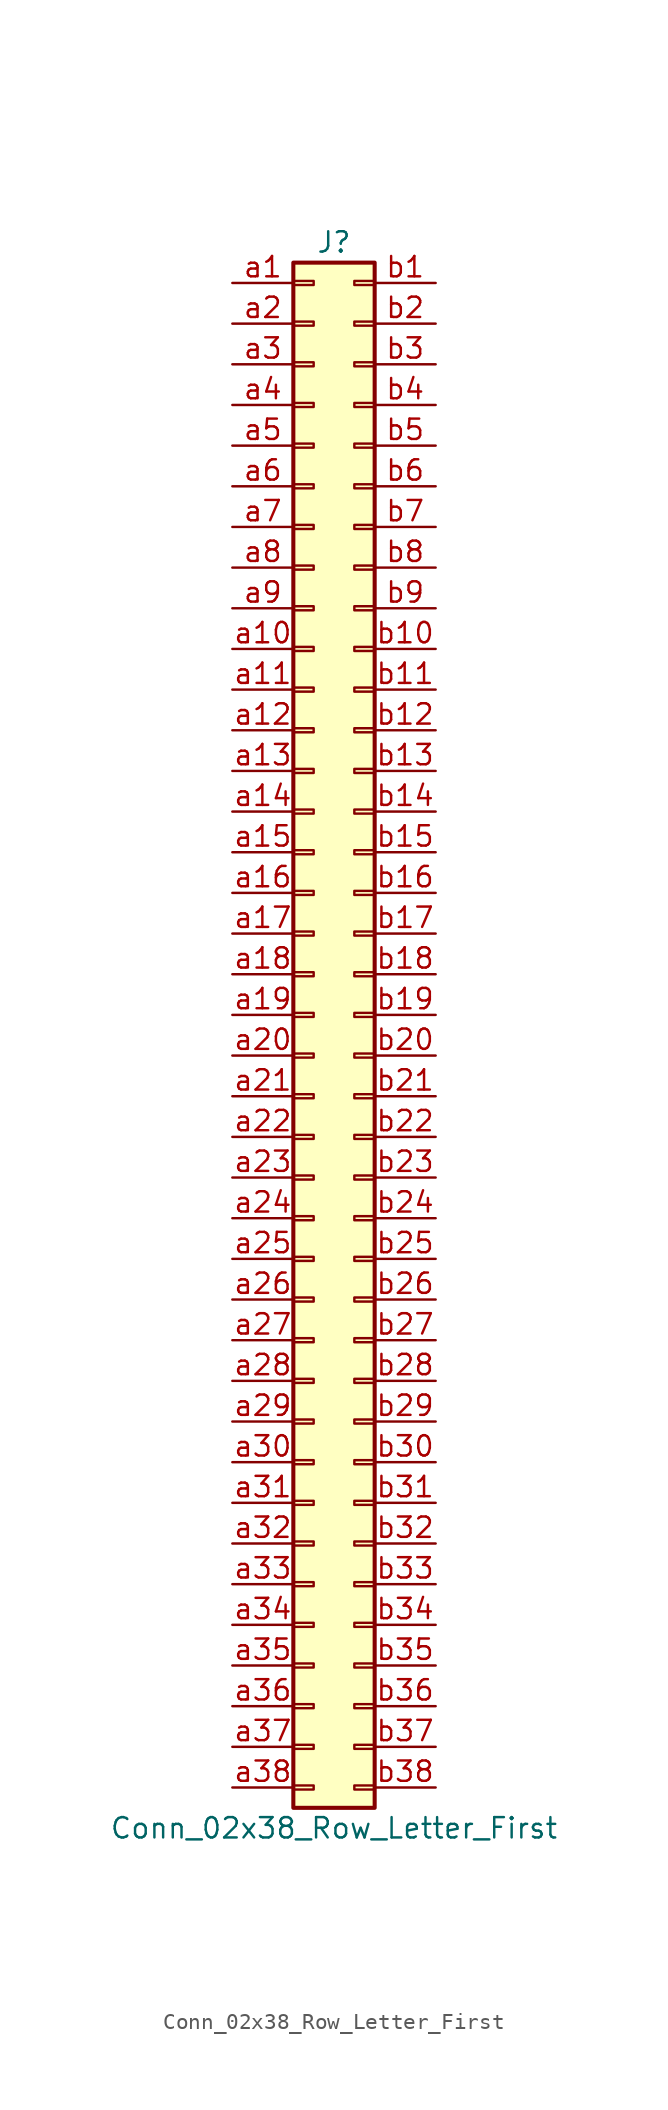
<source format=kicad_sym>
(kicad_symbol_lib
  (version 20201005)
  (generator kicad_symbol_editor)
  (symbol "Conn_02x38_Row_Letter_First"
    (pin_names
      (offset 1.016) hide)
    (property "Reference" "J"
      (at 1.27 48.26 0)
      (effects (font (size 1.27 1.27))))
    (property "Value" "Conn_02x38_Row_Letter_First"
      (at 1.27 -50.8 0)
      (effects (font (size 1.27 1.27))))
    (symbol "Conn_02x38_Row_Letter_First_1_1"
      (rectangle (start -1.27 -48.133) (end 0 -48.387) (stroke (width 0.152)) (fill (type none)))
      (rectangle (start -1.27 -45.593) (end 0 -45.847) (stroke (width 0.152)) (fill (type none)))
      (rectangle (start -1.27 -43.053) (end 0 -43.307) (stroke (width 0.152)) (fill (type none)))
      (rectangle (start -1.27 -40.513) (end 0 -40.767) (stroke (width 0.152)) (fill (type none)))
      (rectangle (start -1.27 -37.973) (end 0 -38.227) (stroke (width 0.152)) (fill (type none)))
      (rectangle (start -1.27 -35.433) (end 0 -35.687) (stroke (width 0.152)) (fill (type none)))
      (rectangle (start -1.27 -32.893) (end 0 -33.147) (stroke (width 0.152)) (fill (type none)))
      (rectangle (start -1.27 -30.353) (end 0 -30.607) (stroke (width 0.152)) (fill (type none)))
      (rectangle (start -1.27 -27.813) (end 0 -28.067) (stroke (width 0.152)) (fill (type none)))
      (rectangle (start -1.27 -25.273) (end 0 -25.527) (stroke (width 0.152)) (fill (type none)))
      (rectangle (start -1.27 -22.733) (end 0 -22.987) (stroke (width 0.152)) (fill (type none)))
      (rectangle (start -1.27 -20.193) (end 0 -20.447) (stroke (width 0.152)) (fill (type none)))
      (rectangle (start -1.27 -17.653) (end 0 -17.907) (stroke (width 0.152)) (fill (type none)))
      (rectangle (start -1.27 -15.113) (end 0 -15.367) (stroke (width 0.152)) (fill (type none)))
      (rectangle (start -1.27 -12.573) (end 0 -12.827) (stroke (width 0.152)) (fill (type none)))
      (rectangle (start -1.27 -10.033) (end 0 -10.287) (stroke (width 0.152)) (fill (type none)))
      (rectangle (start -1.27 -7.493) (end 0 -7.747) (stroke (width 0.152)) (fill (type none)))
      (rectangle (start -1.27 -4.953) (end 0 -5.207) (stroke (width 0.152)) (fill (type none)))
      (rectangle (start -1.27 -2.413) (end 0 -2.667) (stroke (width 0.152)) (fill (type none)))
      (rectangle (start -1.27 0.127) (end 0 -0.127) (stroke (width 0.152)) (fill (type none)))
      (rectangle (start -1.27 2.667) (end 0 2.413) (stroke (width 0.152)) (fill (type none)))
      (rectangle (start -1.27 5.207) (end 0 4.953) (stroke (width 0.152)) (fill (type none)))
      (rectangle (start -1.27 7.747) (end 0 7.493) (stroke (width 0.152)) (fill (type none)))
      (rectangle (start -1.27 10.287) (end 0 10.033) (stroke (width 0.152)) (fill (type none)))
      (rectangle (start -1.27 12.827) (end 0 12.573) (stroke (width 0.152)) (fill (type none)))
      (rectangle (start -1.27 15.367) (end 0 15.113) (stroke (width 0.152)) (fill (type none)))
      (rectangle (start -1.27 17.907) (end 0 17.653) (stroke (width 0.152)) (fill (type none)))
      (rectangle (start -1.27 20.447) (end 0 20.193) (stroke (width 0.152)) (fill (type none)))
      (rectangle (start -1.27 22.987) (end 0 22.733) (stroke (width 0.152)) (fill (type none)))
      (rectangle (start -1.27 25.527) (end 0 25.273) (stroke (width 0.152)) (fill (type none)))
      (rectangle (start -1.27 28.067) (end 0 27.813) (stroke (width 0.152)) (fill (type none)))
      (rectangle (start -1.27 30.607) (end 0 30.353) (stroke (width 0.152)) (fill (type none)))
      (rectangle (start -1.27 33.147) (end 0 32.893) (stroke (width 0.152)) (fill (type none)))
      (rectangle (start -1.27 35.687) (end 0 35.433) (stroke (width 0.152)) (fill (type none)))
      (rectangle (start -1.27 38.227) (end 0 37.973) (stroke (width 0.152)) (fill (type none)))
      (rectangle (start -1.27 40.767) (end 0 40.513) (stroke (width 0.152)) (fill (type none)))
      (rectangle (start -1.27 43.307) (end 0 43.053) (stroke (width 0.152)) (fill (type none)))
      (rectangle (start -1.27 45.847) (end 0 45.593) (stroke (width 0.152)) (fill (type none)))
      (rectangle (start -1.27 46.99) (end 3.81 -49.53) (stroke (width 0.254)) (fill (type background)))
      (rectangle (start 3.81 -48.133) (end 2.54 -48.387) (stroke (width 0.152)) (fill (type none)))
      (rectangle (start 3.81 -45.593) (end 2.54 -45.847) (stroke (width 0.152)) (fill (type none)))
      (rectangle (start 3.81 -43.053) (end 2.54 -43.307) (stroke (width 0.152)) (fill (type none)))
      (rectangle (start 3.81 -40.513) (end 2.54 -40.767) (stroke (width 0.152)) (fill (type none)))
      (rectangle (start 3.81 -37.973) (end 2.54 -38.227) (stroke (width 0.152)) (fill (type none)))
      (rectangle (start 3.81 -35.433) (end 2.54 -35.687) (stroke (width 0.152)) (fill (type none)))
      (rectangle (start 3.81 -32.893) (end 2.54 -33.147) (stroke (width 0.152)) (fill (type none)))
      (rectangle (start 3.81 -30.353) (end 2.54 -30.607) (stroke (width 0.152)) (fill (type none)))
      (rectangle (start 3.81 -27.813) (end 2.54 -28.067) (stroke (width 0.152)) (fill (type none)))
      (rectangle (start 3.81 -25.273) (end 2.54 -25.527) (stroke (width 0.152)) (fill (type none)))
      (rectangle (start 3.81 -22.733) (end 2.54 -22.987) (stroke (width 0.152)) (fill (type none)))
      (rectangle (start 3.81 -20.193) (end 2.54 -20.447) (stroke (width 0.152)) (fill (type none)))
      (rectangle (start 3.81 -17.653) (end 2.54 -17.907) (stroke (width 0.152)) (fill (type none)))
      (rectangle (start 3.81 -15.113) (end 2.54 -15.367) (stroke (width 0.152)) (fill (type none)))
      (rectangle (start 3.81 -12.573) (end 2.54 -12.827) (stroke (width 0.152)) (fill (type none)))
      (rectangle (start 3.81 -10.033) (end 2.54 -10.287) (stroke (width 0.152)) (fill (type none)))
      (rectangle (start 3.81 -7.493) (end 2.54 -7.747) (stroke (width 0.152)) (fill (type none)))
      (rectangle (start 3.81 -4.953) (end 2.54 -5.207) (stroke (width 0.152)) (fill (type none)))
      (rectangle (start 3.81 -2.413) (end 2.54 -2.667) (stroke (width 0.152)) (fill (type none)))
      (rectangle (start 3.81 0.127) (end 2.54 -0.127) (stroke (width 0.152)) (fill (type none)))
      (rectangle (start 3.81 2.667) (end 2.54 2.413) (stroke (width 0.152)) (fill (type none)))
      (rectangle (start 3.81 5.207) (end 2.54 4.953) (stroke (width 0.152)) (fill (type none)))
      (rectangle (start 3.81 7.747) (end 2.54 7.493) (stroke (width 0.152)) (fill (type none)))
      (rectangle (start 3.81 10.287) (end 2.54 10.033) (stroke (width 0.152)) (fill (type none)))
      (rectangle (start 3.81 12.827) (end 2.54 12.573) (stroke (width 0.152)) (fill (type none)))
      (rectangle (start 3.81 15.367) (end 2.54 15.113) (stroke (width 0.152)) (fill (type none)))
      (rectangle (start 3.81 17.907) (end 2.54 17.653) (stroke (width 0.152)) (fill (type none)))
      (rectangle (start 3.81 20.447) (end 2.54 20.193) (stroke (width 0.152)) (fill (type none)))
      (rectangle (start 3.81 22.987) (end 2.54 22.733) (stroke (width 0.152)) (fill (type none)))
      (rectangle (start 3.81 25.527) (end 2.54 25.273) (stroke (width 0.152)) (fill (type none)))
      (rectangle (start 3.81 28.067) (end 2.54 27.813) (stroke (width 0.152)) (fill (type none)))
      (rectangle (start 3.81 30.607) (end 2.54 30.353) (stroke (width 0.152)) (fill (type none)))
      (rectangle (start 3.81 33.147) (end 2.54 32.893) (stroke (width 0.152)) (fill (type none)))
      (rectangle (start 3.81 35.687) (end 2.54 35.433) (stroke (width 0.152)) (fill (type none)))
      (rectangle (start 3.81 38.227) (end 2.54 37.973) (stroke (width 0.152)) (fill (type none)))
      (rectangle (start 3.81 40.767) (end 2.54 40.513) (stroke (width 0.152)) (fill (type none)))
      (rectangle (start 3.81 43.307) (end 2.54 43.053) (stroke (width 0.152)) (fill (type none)))
      (rectangle (start 3.81 45.847) (end 2.54 45.593) (stroke (width 0.152)) (fill (type none)))
      (pin passive line (at -5.08 45.72 0) (length 3.81) (name "Pin_a1" (effects (font (size 1.27 1.27)))) (number "a1" (effects (font (size 1.27 1.27)))))
      (pin passive line (at -5.08 22.86 0) (length 3.81) (name "Pin_a10" (effects (font (size 1.27 1.27)))) (number "a10" (effects (font (size 1.27 1.27)))))
      (pin passive line (at -5.08 20.32 0) (length 3.81) (name "Pin_a11" (effects (font (size 1.27 1.27)))) (number "a11" (effects (font (size 1.27 1.27)))))
      (pin passive line (at -5.08 17.78 0) (length 3.81) (name "Pin_a12" (effects (font (size 1.27 1.27)))) (number "a12" (effects (font (size 1.27 1.27)))))
      (pin passive line (at -5.08 15.24 0) (length 3.81) (name "Pin_a13" (effects (font (size 1.27 1.27)))) (number "a13" (effects (font (size 1.27 1.27)))))
      (pin passive line (at -5.08 12.7 0) (length 3.81) (name "Pin_a14" (effects (font (size 1.27 1.27)))) (number "a14" (effects (font (size 1.27 1.27)))))
      (pin passive line (at -5.08 10.16 0) (length 3.81) (name "Pin_a15" (effects (font (size 1.27 1.27)))) (number "a15" (effects (font (size 1.27 1.27)))))
      (pin passive line (at -5.08 7.62 0) (length 3.81) (name "Pin_a16" (effects (font (size 1.27 1.27)))) (number "a16" (effects (font (size 1.27 1.27)))))
      (pin passive line (at -5.08 5.08 0) (length 3.81) (name "Pin_a17" (effects (font (size 1.27 1.27)))) (number "a17" (effects (font (size 1.27 1.27)))))
      (pin passive line (at -5.08 2.54 0) (length 3.81) (name "Pin_a18" (effects (font (size 1.27 1.27)))) (number "a18" (effects (font (size 1.27 1.27)))))
      (pin passive line (at -5.08 0 0) (length 3.81) (name "Pin_a19" (effects (font (size 1.27 1.27)))) (number "a19" (effects (font (size 1.27 1.27)))))
      (pin passive line (at -5.08 43.18 0) (length 3.81) (name "Pin_a2" (effects (font (size 1.27 1.27)))) (number "a2" (effects (font (size 1.27 1.27)))))
      (pin passive line (at -5.08 -2.54 0) (length 3.81) (name "Pin_a20" (effects (font (size 1.27 1.27)))) (number "a20" (effects (font (size 1.27 1.27)))))
      (pin passive line (at -5.08 -5.08 0) (length 3.81) (name "Pin_a21" (effects (font (size 1.27 1.27)))) (number "a21" (effects (font (size 1.27 1.27)))))
      (pin passive line (at -5.08 -7.62 0) (length 3.81) (name "Pin_a22" (effects (font (size 1.27 1.27)))) (number "a22" (effects (font (size 1.27 1.27)))))
      (pin passive line (at -5.08 -10.16 0) (length 3.81) (name "Pin_a23" (effects (font (size 1.27 1.27)))) (number "a23" (effects (font (size 1.27 1.27)))))
      (pin passive line (at -5.08 -12.7 0) (length 3.81) (name "Pin_a24" (effects (font (size 1.27 1.27)))) (number "a24" (effects (font (size 1.27 1.27)))))
      (pin passive line (at -5.08 -15.24 0) (length 3.81) (name "Pin_a25" (effects (font (size 1.27 1.27)))) (number "a25" (effects (font (size 1.27 1.27)))))
      (pin passive line (at -5.08 -17.78 0) (length 3.81) (name "Pin_a26" (effects (font (size 1.27 1.27)))) (number "a26" (effects (font (size 1.27 1.27)))))
      (pin passive line (at -5.08 -20.32 0) (length 3.81) (name "Pin_a27" (effects (font (size 1.27 1.27)))) (number "a27" (effects (font (size 1.27 1.27)))))
      (pin passive line (at -5.08 -22.86 0) (length 3.81) (name "Pin_a28" (effects (font (size 1.27 1.27)))) (number "a28" (effects (font (size 1.27 1.27)))))
      (pin passive line (at -5.08 -25.4 0) (length 3.81) (name "Pin_a29" (effects (font (size 1.27 1.27)))) (number "a29" (effects (font (size 1.27 1.27)))))
      (pin passive line (at -5.08 40.64 0) (length 3.81) (name "Pin_a3" (effects (font (size 1.27 1.27)))) (number "a3" (effects (font (size 1.27 1.27)))))
      (pin passive line (at -5.08 -27.94 0) (length 3.81) (name "Pin_a30" (effects (font (size 1.27 1.27)))) (number "a30" (effects (font (size 1.27 1.27)))))
      (pin passive line (at -5.08 -30.48 0) (length 3.81) (name "Pin_a31" (effects (font (size 1.27 1.27)))) (number "a31" (effects (font (size 1.27 1.27)))))
      (pin passive line (at -5.08 -33.02 0) (length 3.81) (name "Pin_a32" (effects (font (size 1.27 1.27)))) (number "a32" (effects (font (size 1.27 1.27)))))
      (pin passive line (at -5.08 -35.56 0) (length 3.81) (name "Pin_a33" (effects (font (size 1.27 1.27)))) (number "a33" (effects (font (size 1.27 1.27)))))
      (pin passive line (at -5.08 -38.1 0) (length 3.81) (name "Pin_a34" (effects (font (size 1.27 1.27)))) (number "a34" (effects (font (size 1.27 1.27)))))
      (pin passive line (at -5.08 -40.64 0) (length 3.81) (name "Pin_a35" (effects (font (size 1.27 1.27)))) (number "a35" (effects (font (size 1.27 1.27)))))
      (pin passive line (at -5.08 -43.18 0) (length 3.81) (name "Pin_a36" (effects (font (size 1.27 1.27)))) (number "a36" (effects (font (size 1.27 1.27)))))
      (pin passive line (at -5.08 -45.72 0) (length 3.81) (name "Pin_a37" (effects (font (size 1.27 1.27)))) (number "a37" (effects (font (size 1.27 1.27)))))
      (pin passive line (at -5.08 -48.26 0) (length 3.81) (name "Pin_a38" (effects (font (size 1.27 1.27)))) (number "a38" (effects (font (size 1.27 1.27)))))
      (pin passive line (at -5.08 38.1 0) (length 3.81) (name "Pin_a4" (effects (font (size 1.27 1.27)))) (number "a4" (effects (font (size 1.27 1.27)))))
      (pin passive line (at -5.08 35.56 0) (length 3.81) (name "Pin_a5" (effects (font (size 1.27 1.27)))) (number "a5" (effects (font (size 1.27 1.27)))))
      (pin passive line (at -5.08 33.02 0) (length 3.81) (name "Pin_a6" (effects (font (size 1.27 1.27)))) (number "a6" (effects (font (size 1.27 1.27)))))
      (pin passive line (at -5.08 30.48 0) (length 3.81) (name "Pin_a7" (effects (font (size 1.27 1.27)))) (number "a7" (effects (font (size 1.27 1.27)))))
      (pin passive line (at -5.08 27.94 0) (length 3.81) (name "Pin_a8" (effects (font (size 1.27 1.27)))) (number "a8" (effects (font (size 1.27 1.27)))))
      (pin passive line (at -5.08 25.4 0) (length 3.81) (name "Pin_a9" (effects (font (size 1.27 1.27)))) (number "a9" (effects (font (size 1.27 1.27)))))
      (pin passive line (at 7.62 45.72 180) (length 3.81) (name "Pin_b1" (effects (font (size 1.27 1.27)))) (number "b1" (effects (font (size 1.27 1.27)))))
      (pin passive line (at 7.62 22.86 180) (length 3.81) (name "Pin_b10" (effects (font (size 1.27 1.27)))) (number "b10" (effects (font (size 1.27 1.27)))))
      (pin passive line (at 7.62 20.32 180) (length 3.81) (name "Pin_b11" (effects (font (size 1.27 1.27)))) (number "b11" (effects (font (size 1.27 1.27)))))
      (pin passive line (at 7.62 17.78 180) (length 3.81) (name "Pin_b12" (effects (font (size 1.27 1.27)))) (number "b12" (effects (font (size 1.27 1.27)))))
      (pin passive line (at 7.62 15.24 180) (length 3.81) (name "Pin_b13" (effects (font (size 1.27 1.27)))) (number "b13" (effects (font (size 1.27 1.27)))))
      (pin passive line (at 7.62 12.7 180) (length 3.81) (name "Pin_b14" (effects (font (size 1.27 1.27)))) (number "b14" (effects (font (size 1.27 1.27)))))
      (pin passive line (at 7.62 10.16 180) (length 3.81) (name "Pin_b15" (effects (font (size 1.27 1.27)))) (number "b15" (effects (font (size 1.27 1.27)))))
      (pin passive line (at 7.62 7.62 180) (length 3.81) (name "Pin_b16" (effects (font (size 1.27 1.27)))) (number "b16" (effects (font (size 1.27 1.27)))))
      (pin passive line (at 7.62 5.08 180) (length 3.81) (name "Pin_b17" (effects (font (size 1.27 1.27)))) (number "b17" (effects (font (size 1.27 1.27)))))
      (pin passive line (at 7.62 2.54 180) (length 3.81) (name "Pin_b18" (effects (font (size 1.27 1.27)))) (number "b18" (effects (font (size 1.27 1.27)))))
      (pin passive line (at 7.62 0 180) (length 3.81) (name "Pin_b19" (effects (font (size 1.27 1.27)))) (number "b19" (effects (font (size 1.27 1.27)))))
      (pin passive line (at 7.62 43.18 180) (length 3.81) (name "Pin_b2" (effects (font (size 1.27 1.27)))) (number "b2" (effects (font (size 1.27 1.27)))))
      (pin passive line (at 7.62 -2.54 180) (length 3.81) (name "Pin_b20" (effects (font (size 1.27 1.27)))) (number "b20" (effects (font (size 1.27 1.27)))))
      (pin passive line (at 7.62 -5.08 180) (length 3.81) (name "Pin_b21" (effects (font (size 1.27 1.27)))) (number "b21" (effects (font (size 1.27 1.27)))))
      (pin passive line (at 7.62 -7.62 180) (length 3.81) (name "Pin_b22" (effects (font (size 1.27 1.27)))) (number "b22" (effects (font (size 1.27 1.27)))))
      (pin passive line (at 7.62 -10.16 180) (length 3.81) (name "Pin_b23" (effects (font (size 1.27 1.27)))) (number "b23" (effects (font (size 1.27 1.27)))))
      (pin passive line (at 7.62 -12.7 180) (length 3.81) (name "Pin_b24" (effects (font (size 1.27 1.27)))) (number "b24" (effects (font (size 1.27 1.27)))))
      (pin passive line (at 7.62 -15.24 180) (length 3.81) (name "Pin_b25" (effects (font (size 1.27 1.27)))) (number "b25" (effects (font (size 1.27 1.27)))))
      (pin passive line (at 7.62 -17.78 180) (length 3.81) (name "Pin_b26" (effects (font (size 1.27 1.27)))) (number "b26" (effects (font (size 1.27 1.27)))))
      (pin passive line (at 7.62 -20.32 180) (length 3.81) (name "Pin_b27" (effects (font (size 1.27 1.27)))) (number "b27" (effects (font (size 1.27 1.27)))))
      (pin passive line (at 7.62 -22.86 180) (length 3.81) (name "Pin_b28" (effects (font (size 1.27 1.27)))) (number "b28" (effects (font (size 1.27 1.27)))))
      (pin passive line (at 7.62 -25.4 180) (length 3.81) (name "Pin_b29" (effects (font (size 1.27 1.27)))) (number "b29" (effects (font (size 1.27 1.27)))))
      (pin passive line (at 7.62 40.64 180) (length 3.81) (name "Pin_b3" (effects (font (size 1.27 1.27)))) (number "b3" (effects (font (size 1.27 1.27)))))
      (pin passive line (at 7.62 -27.94 180) (length 3.81) (name "Pin_b30" (effects (font (size 1.27 1.27)))) (number "b30" (effects (font (size 1.27 1.27)))))
      (pin passive line (at 7.62 -30.48 180) (length 3.81) (name "Pin_b31" (effects (font (size 1.27 1.27)))) (number "b31" (effects (font (size 1.27 1.27)))))
      (pin passive line (at 7.62 -33.02 180) (length 3.81) (name "Pin_b32" (effects (font (size 1.27 1.27)))) (number "b32" (effects (font (size 1.27 1.27)))))
      (pin passive line (at 7.62 -35.56 180) (length 3.81) (name "Pin_b33" (effects (font (size 1.27 1.27)))) (number "b33" (effects (font (size 1.27 1.27)))))
      (pin passive line (at 7.62 -38.1 180) (length 3.81) (name "Pin_b34" (effects (font (size 1.27 1.27)))) (number "b34" (effects (font (size 1.27 1.27)))))
      (pin passive line (at 7.62 -40.64 180) (length 3.81) (name "Pin_b35" (effects (font (size 1.27 1.27)))) (number "b35" (effects (font (size 1.27 1.27)))))
      (pin passive line (at 7.62 -43.18 180) (length 3.81) (name "Pin_b36" (effects (font (size 1.27 1.27)))) (number "b36" (effects (font (size 1.27 1.27)))))
      (pin passive line (at 7.62 -45.72 180) (length 3.81) (name "Pin_b37" (effects (font (size 1.27 1.27)))) (number "b37" (effects (font (size 1.27 1.27)))))
      (pin passive line (at 7.62 -48.26 180) (length 3.81) (name "Pin_b38" (effects (font (size 1.27 1.27)))) (number "b38" (effects (font (size 1.27 1.27)))))
      (pin passive line (at 7.62 38.1 180) (length 3.81) (name "Pin_b4" (effects (font (size 1.27 1.27)))) (number "b4" (effects (font (size 1.27 1.27)))))
      (pin passive line (at 7.62 35.56 180) (length 3.81) (name "Pin_b5" (effects (font (size 1.27 1.27)))) (number "b5" (effects (font (size 1.27 1.27)))))
      (pin passive line (at 7.62 33.02 180) (length 3.81) (name "Pin_b6" (effects (font (size 1.27 1.27)))) (number "b6" (effects (font (size 1.27 1.27)))))
      (pin passive line (at 7.62 30.48 180) (length 3.81) (name "Pin_b7" (effects (font (size 1.27 1.27)))) (number "b7" (effects (font (size 1.27 1.27)))))
      (pin passive line (at 7.62 27.94 180) (length 3.81) (name "Pin_b8" (effects (font (size 1.27 1.27)))) (number "b8" (effects (font (size 1.27 1.27)))))
      (pin passive line (at 7.62 25.4 180) (length 3.81) (name "Pin_b9" (effects (font (size 1.27 1.27)))) (number "b9" (effects (font (size 1.27 1.27))))))))
</source>
